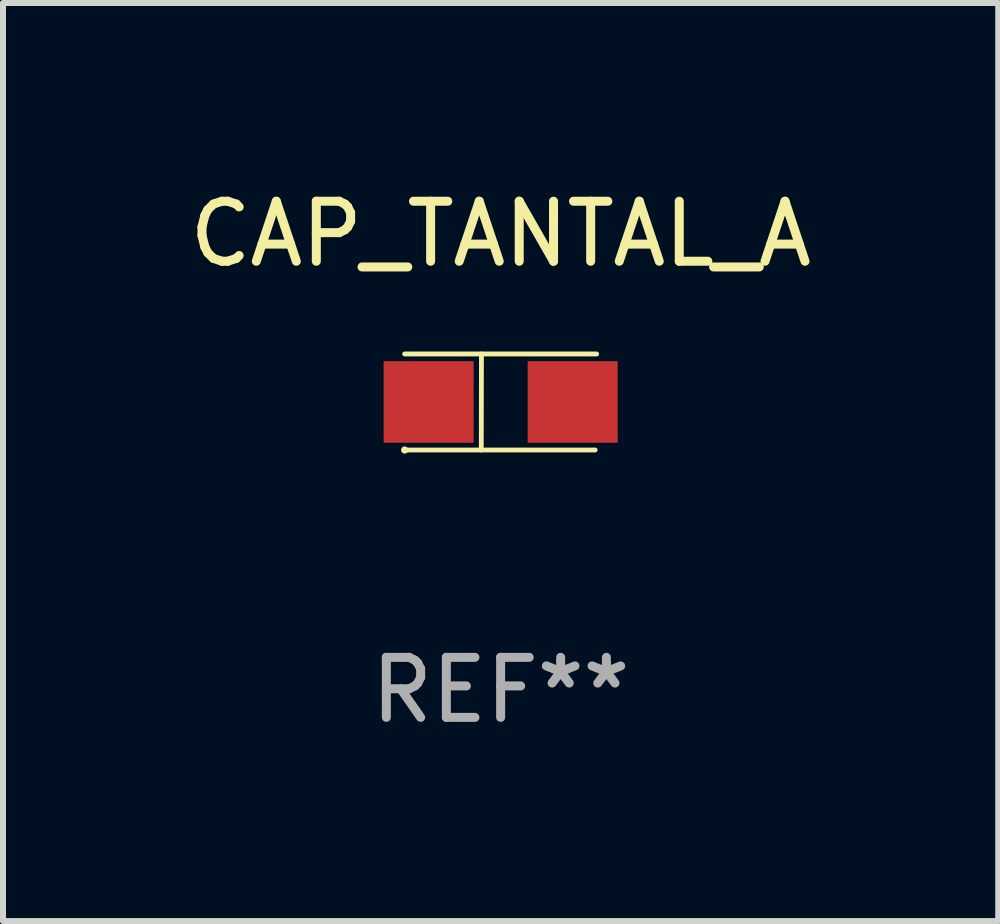
<source format=kicad_pcb>
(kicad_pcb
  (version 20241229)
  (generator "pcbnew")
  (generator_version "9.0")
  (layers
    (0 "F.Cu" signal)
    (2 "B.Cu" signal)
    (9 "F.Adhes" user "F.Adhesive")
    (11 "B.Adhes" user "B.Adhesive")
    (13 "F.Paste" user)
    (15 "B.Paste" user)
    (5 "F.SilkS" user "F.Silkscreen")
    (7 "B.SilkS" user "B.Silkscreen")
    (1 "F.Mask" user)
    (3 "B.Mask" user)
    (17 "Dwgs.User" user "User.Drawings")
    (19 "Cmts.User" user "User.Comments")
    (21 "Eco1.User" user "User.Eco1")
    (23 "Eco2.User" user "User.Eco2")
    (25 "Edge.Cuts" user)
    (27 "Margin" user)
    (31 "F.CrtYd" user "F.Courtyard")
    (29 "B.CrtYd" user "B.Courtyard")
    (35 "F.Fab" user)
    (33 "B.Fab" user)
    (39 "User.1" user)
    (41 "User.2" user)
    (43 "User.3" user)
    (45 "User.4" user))
  (footprint "CAP_TANTAL_A"
    (layer "F.Cu")
    (at 5.292 3.648)
    (property "Reference" "CAP_TANTAL_A" (at 0 -2.8 0) (layer "F.SilkS") (effects (font (size 1 1) (thickness 0.15))))
    (attr through_hole)
    (fp_line (start -1.6 -0.8) (end 1.6 -0.8) (stroke (width 0.08) (type solid)) (layer "F.SilkS"))
    (fp_line (start -1.575 0.8) (end 1.575 0.8) (stroke (width 0.08) (type solid)) (layer "F.SilkS"))
    (fp_line (start -0.323 0.8) (end -0.32 -0.8) (stroke (width 0.08) (type solid)) (layer "F.SilkS"))
    (fp_circle (center -1.6 0.8) (end -1.57 0.8) (stroke (width 0.06) (type solid)) (fill no) (layer "F.SilkS"))
    (fp_text user "REF**" (at 0 4.8 0) (layer "F.Fab") (effects (font (size 1 1) (thickness 0.15))))
    (pad "1" smd rect (at -1.2 0) (size 1.5 1.359) (layers "F.Cu" "F.Mask" "F.Paste"))
    (pad "2" smd rect (at 1.2 0) (size 1.5 1.359) (layers "F.Cu" "F.Mask" "F.Paste")))
  (gr_rect
    (start -3 -3)
    (end 13.583 12.297)
    (stroke (width 0.1) (type default))
    (fill no)
    (layer "Edge.Cuts")))
</source>
